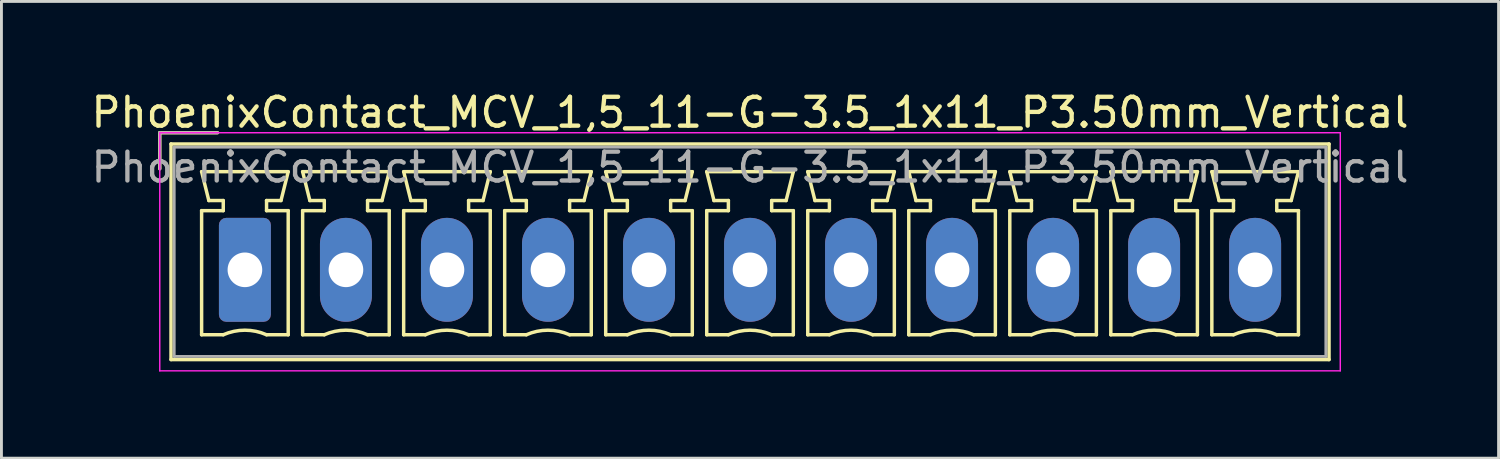
<source format=kicad_pcb>
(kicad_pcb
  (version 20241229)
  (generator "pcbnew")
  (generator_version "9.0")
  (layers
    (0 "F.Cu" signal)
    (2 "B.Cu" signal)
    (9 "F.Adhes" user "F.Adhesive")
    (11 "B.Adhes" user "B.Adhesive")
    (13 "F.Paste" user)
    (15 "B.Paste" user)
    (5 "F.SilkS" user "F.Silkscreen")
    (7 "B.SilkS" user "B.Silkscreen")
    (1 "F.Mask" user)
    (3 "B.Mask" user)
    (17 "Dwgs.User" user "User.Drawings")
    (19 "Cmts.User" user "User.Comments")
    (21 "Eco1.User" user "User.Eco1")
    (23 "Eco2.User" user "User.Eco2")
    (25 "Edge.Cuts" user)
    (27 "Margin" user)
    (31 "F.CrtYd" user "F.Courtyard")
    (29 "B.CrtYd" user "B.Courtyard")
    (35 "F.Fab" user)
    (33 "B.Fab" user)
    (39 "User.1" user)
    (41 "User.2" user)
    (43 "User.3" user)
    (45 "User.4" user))
  (footprint "PhoenixContact_MCV_1,5_11-G-3.5_1x11_P3.50mm_Vertical"
    (layer "F.Cu")
    (at 5.435 6.298)
    (property "Reference" "PhoenixContact_MCV_1,5_11-G-3.5_1x11_P3.50mm_Vertical" (at 17.5 -5.45 0) (layer "F.SilkS") (effects (font (size 1 1) (thickness 0.15))))
    (attr through_hole)
    (fp_line (start -2.95 -4.75) (end -0.95 -4.75) (stroke (width 0.12) (type solid)) (layer "F.SilkS"))
    (fp_line (start -2.95 -3.5) (end -2.95 -4.75) (stroke (width 0.12) (type solid)) (layer "F.SilkS"))
    (fp_line (start -2.56 -4.36) (end -2.56 3.11) (stroke (width 0.12) (type solid)) (layer "F.SilkS"))
    (fp_line (start -2.56 3.11) (end 37.56 3.11) (stroke (width 0.12) (type solid)) (layer "F.SilkS"))
    (fp_line (start -1.5 -3.4) (end 1.5 -3.4) (stroke (width 0.12) (type solid)) (layer "F.SilkS"))
    (fp_line (start -1.5 -2.05) (end -0.75 -2.05) (stroke (width 0.12) (type solid)) (layer "F.SilkS"))
    (fp_line (start -1.5 2.25) (end -1.5 -2.05) (stroke (width 0.12) (type solid)) (layer "F.SilkS"))
    (fp_line (start -1.25 -2.4) (end -1.5 -3.4) (stroke (width 0.12) (type solid)) (layer "F.SilkS"))
    (fp_line (start -0.75 -2.4) (end -1.25 -2.4) (stroke (width 0.12) (type solid)) (layer "F.SilkS"))
    (fp_line (start -0.75 -2.05) (end -0.75 -2.4) (stroke (width 0.12) (type solid)) (layer "F.SilkS"))
    (fp_line (start -0.75 2.25) (end -1.5 2.25) (stroke (width 0.12) (type solid)) (layer "F.SilkS"))
    (fp_line (start 0.75 -2.4) (end 0.75 -2.05) (stroke (width 0.12) (type solid)) (layer "F.SilkS"))
    (fp_line (start 0.75 -2.05) (end 1.5 -2.05) (stroke (width 0.12) (type solid)) (layer "F.SilkS"))
    (fp_line (start 1.25 -2.4) (end 0.75 -2.4) (stroke (width 0.12) (type solid)) (layer "F.SilkS"))
    (fp_line (start 1.5 -3.4) (end 1.25 -2.4) (stroke (width 0.12) (type solid)) (layer "F.SilkS"))
    (fp_line (start 1.5 -2.05) (end 1.5 2.25) (stroke (width 0.12) (type solid)) (layer "F.SilkS"))
    (fp_line (start 1.5 2.25) (end 0.75 2.25) (stroke (width 0.12) (type solid)) (layer "F.SilkS"))
    (fp_line (start 2 -3.4) (end 5 -3.4) (stroke (width 0.12) (type solid)) (layer "F.SilkS"))
    (fp_line (start 2 -2.05) (end 2.75 -2.05) (stroke (width 0.12) (type solid)) (layer "F.SilkS"))
    (fp_line (start 2 2.25) (end 2 -2.05) (stroke (width 0.12) (type solid)) (layer "F.SilkS"))
    (fp_line (start 2.25 -2.4) (end 2 -3.4) (stroke (width 0.12) (type solid)) (layer "F.SilkS"))
    (fp_line (start 2.75 -2.4) (end 2.25 -2.4) (stroke (width 0.12) (type solid)) (layer "F.SilkS"))
    (fp_line (start 2.75 -2.05) (end 2.75 -2.4) (stroke (width 0.12) (type solid)) (layer "F.SilkS"))
    (fp_line (start 2.75 2.25) (end 2 2.25) (stroke (width 0.12) (type solid)) (layer "F.SilkS"))
    (fp_line (start 4.25 -2.4) (end 4.25 -2.05) (stroke (width 0.12) (type solid)) (layer "F.SilkS"))
    (fp_line (start 4.25 -2.05) (end 5 -2.05) (stroke (width 0.12) (type solid)) (layer "F.SilkS"))
    (fp_line (start 4.75 -2.4) (end 4.25 -2.4) (stroke (width 0.12) (type solid)) (layer "F.SilkS"))
    (fp_line (start 5 -3.4) (end 4.75 -2.4) (stroke (width 0.12) (type solid)) (layer "F.SilkS"))
    (fp_line (start 5 -2.05) (end 5 2.25) (stroke (width 0.12) (type solid)) (layer "F.SilkS"))
    (fp_line (start 5 2.25) (end 4.25 2.25) (stroke (width 0.12) (type solid)) (layer "F.SilkS"))
    (fp_line (start 5.5 -3.4) (end 8.5 -3.4) (stroke (width 0.12) (type solid)) (layer "F.SilkS"))
    (fp_line (start 5.5 -2.05) (end 6.25 -2.05) (stroke (width 0.12) (type solid)) (layer "F.SilkS"))
    (fp_line (start 5.5 2.25) (end 5.5 -2.05) (stroke (width 0.12) (type solid)) (layer "F.SilkS"))
    (fp_line (start 5.75 -2.4) (end 5.5 -3.4) (stroke (width 0.12) (type solid)) (layer "F.SilkS"))
    (fp_line (start 6.25 -2.4) (end 5.75 -2.4) (stroke (width 0.12) (type solid)) (layer "F.SilkS"))
    (fp_line (start 6.25 -2.05) (end 6.25 -2.4) (stroke (width 0.12) (type solid)) (layer "F.SilkS"))
    (fp_line (start 6.25 2.25) (end 5.5 2.25) (stroke (width 0.12) (type solid)) (layer "F.SilkS"))
    (fp_line (start 7.75 -2.4) (end 7.75 -2.05) (stroke (width 0.12) (type solid)) (layer "F.SilkS"))
    (fp_line (start 7.75 -2.05) (end 8.5 -2.05) (stroke (width 0.12) (type solid)) (layer "F.SilkS"))
    (fp_line (start 8.25 -2.4) (end 7.75 -2.4) (stroke (width 0.12) (type solid)) (layer "F.SilkS"))
    (fp_line (start 8.5 -3.4) (end 8.25 -2.4) (stroke (width 0.12) (type solid)) (layer "F.SilkS"))
    (fp_line (start 8.5 -2.05) (end 8.5 2.25) (stroke (width 0.12) (type solid)) (layer "F.SilkS"))
    (fp_line (start 8.5 2.25) (end 7.75 2.25) (stroke (width 0.12) (type solid)) (layer "F.SilkS"))
    (fp_line (start 9 -3.4) (end 12 -3.4) (stroke (width 0.12) (type solid)) (layer "F.SilkS"))
    (fp_line (start 9 -2.05) (end 9.75 -2.05) (stroke (width 0.12) (type solid)) (layer "F.SilkS"))
    (fp_line (start 9 2.25) (end 9 -2.05) (stroke (width 0.12) (type solid)) (layer "F.SilkS"))
    (fp_line (start 9.25 -2.4) (end 9 -3.4) (stroke (width 0.12) (type solid)) (layer "F.SilkS"))
    (fp_line (start 9.75 -2.4) (end 9.25 -2.4) (stroke (width 0.12) (type solid)) (layer "F.SilkS"))
    (fp_line (start 9.75 -2.05) (end 9.75 -2.4) (stroke (width 0.12) (type solid)) (layer "F.SilkS"))
    (fp_line (start 9.75 2.25) (end 9 2.25) (stroke (width 0.12) (type solid)) (layer "F.SilkS"))
    (fp_line (start 11.25 -2.4) (end 11.25 -2.05) (stroke (width 0.12) (type solid)) (layer "F.SilkS"))
    (fp_line (start 11.25 -2.05) (end 12 -2.05) (stroke (width 0.12) (type solid)) (layer "F.SilkS"))
    (fp_line (start 11.75 -2.4) (end 11.25 -2.4) (stroke (width 0.12) (type solid)) (layer "F.SilkS"))
    (fp_line (start 12 -3.4) (end 11.75 -2.4) (stroke (width 0.12) (type solid)) (layer "F.SilkS"))
    (fp_line (start 12 -2.05) (end 12 2.25) (stroke (width 0.12) (type solid)) (layer "F.SilkS"))
    (fp_line (start 12 2.25) (end 11.25 2.25) (stroke (width 0.12) (type solid)) (layer "F.SilkS"))
    (fp_line (start 12.5 -3.4) (end 15.5 -3.4) (stroke (width 0.12) (type solid)) (layer "F.SilkS"))
    (fp_line (start 12.5 -2.05) (end 13.25 -2.05) (stroke (width 0.12) (type solid)) (layer "F.SilkS"))
    (fp_line (start 12.5 2.25) (end 12.5 -2.05) (stroke (width 0.12) (type solid)) (layer "F.SilkS"))
    (fp_line (start 12.75 -2.4) (end 12.5 -3.4) (stroke (width 0.12) (type solid)) (layer "F.SilkS"))
    (fp_line (start 13.25 -2.4) (end 12.75 -2.4) (stroke (width 0.12) (type solid)) (layer "F.SilkS"))
    (fp_line (start 13.25 -2.05) (end 13.25 -2.4) (stroke (width 0.12) (type solid)) (layer "F.SilkS"))
    (fp_line (start 13.25 2.25) (end 12.5 2.25) (stroke (width 0.12) (type solid)) (layer "F.SilkS"))
    (fp_line (start 14.75 -2.4) (end 14.75 -2.05) (stroke (width 0.12) (type solid)) (layer "F.SilkS"))
    (fp_line (start 14.75 -2.05) (end 15.5 -2.05) (stroke (width 0.12) (type solid)) (layer "F.SilkS"))
    (fp_line (start 15.25 -2.4) (end 14.75 -2.4) (stroke (width 0.12) (type solid)) (layer "F.SilkS"))
    (fp_line (start 15.5 -3.4) (end 15.25 -2.4) (stroke (width 0.12) (type solid)) (layer "F.SilkS"))
    (fp_line (start 15.5 -2.05) (end 15.5 2.25) (stroke (width 0.12) (type solid)) (layer "F.SilkS"))
    (fp_line (start 15.5 2.25) (end 14.75 2.25) (stroke (width 0.12) (type solid)) (layer "F.SilkS"))
    (fp_line (start 16 -3.4) (end 19 -3.4) (stroke (width 0.12) (type solid)) (layer "F.SilkS"))
    (fp_line (start 16 -2.05) (end 16.75 -2.05) (stroke (width 0.12) (type solid)) (layer "F.SilkS"))
    (fp_line (start 16 2.25) (end 16 -2.05) (stroke (width 0.12) (type solid)) (layer "F.SilkS"))
    (fp_line (start 16.25 -2.4) (end 16 -3.4) (stroke (width 0.12) (type solid)) (layer "F.SilkS"))
    (fp_line (start 16.75 -2.4) (end 16.25 -2.4) (stroke (width 0.12) (type solid)) (layer "F.SilkS"))
    (fp_line (start 16.75 -2.05) (end 16.75 -2.4) (stroke (width 0.12) (type solid)) (layer "F.SilkS"))
    (fp_line (start 16.75 2.25) (end 16 2.25) (stroke (width 0.12) (type solid)) (layer "F.SilkS"))
    (fp_line (start 18.25 -2.4) (end 18.25 -2.05) (stroke (width 0.12) (type solid)) (layer "F.SilkS"))
    (fp_line (start 18.25 -2.05) (end 19 -2.05) (stroke (width 0.12) (type solid)) (layer "F.SilkS"))
    (fp_line (start 18.75 -2.4) (end 18.25 -2.4) (stroke (width 0.12) (type solid)) (layer "F.SilkS"))
    (fp_line (start 19 -3.4) (end 18.75 -2.4) (stroke (width 0.12) (type solid)) (layer "F.SilkS"))
    (fp_line (start 19 -2.05) (end 19 2.25) (stroke (width 0.12) (type solid)) (layer "F.SilkS"))
    (fp_line (start 19 2.25) (end 18.25 2.25) (stroke (width 0.12) (type solid)) (layer "F.SilkS"))
    (fp_line (start 19.5 -3.4) (end 22.5 -3.4) (stroke (width 0.12) (type solid)) (layer "F.SilkS"))
    (fp_line (start 19.5 -2.05) (end 20.25 -2.05) (stroke (width 0.12) (type solid)) (layer "F.SilkS"))
    (fp_line (start 19.5 2.25) (end 19.5 -2.05) (stroke (width 0.12) (type solid)) (layer "F.SilkS"))
    (fp_line (start 19.75 -2.4) (end 19.5 -3.4) (stroke (width 0.12) (type solid)) (layer "F.SilkS"))
    (fp_line (start 20.25 -2.4) (end 19.75 -2.4) (stroke (width 0.12) (type solid)) (layer "F.SilkS"))
    (fp_line (start 20.25 -2.05) (end 20.25 -2.4) (stroke (width 0.12) (type solid)) (layer "F.SilkS"))
    (fp_line (start 20.25 2.25) (end 19.5 2.25) (stroke (width 0.12) (type solid)) (layer "F.SilkS"))
    (fp_line (start 21.75 -2.4) (end 21.75 -2.05) (stroke (width 0.12) (type solid)) (layer "F.SilkS"))
    (fp_line (start 21.75 -2.05) (end 22.5 -2.05) (stroke (width 0.12) (type solid)) (layer "F.SilkS"))
    (fp_line (start 22.25 -2.4) (end 21.75 -2.4) (stroke (width 0.12) (type solid)) (layer "F.SilkS"))
    (fp_line (start 22.5 -3.4) (end 22.25 -2.4) (stroke (width 0.12) (type solid)) (layer "F.SilkS"))
    (fp_line (start 22.5 -2.05) (end 22.5 2.25) (stroke (width 0.12) (type solid)) (layer "F.SilkS"))
    (fp_line (start 22.5 2.25) (end 21.75 2.25) (stroke (width 0.12) (type solid)) (layer "F.SilkS"))
    (fp_line (start 23 -3.4) (end 26 -3.4) (stroke (width 0.12) (type solid)) (layer "F.SilkS"))
    (fp_line (start 23 -2.05) (end 23.75 -2.05) (stroke (width 0.12) (type solid)) (layer "F.SilkS"))
    (fp_line (start 23 2.25) (end 23 -2.05) (stroke (width 0.12) (type solid)) (layer "F.SilkS"))
    (fp_line (start 23.25 -2.4) (end 23 -3.4) (stroke (width 0.12) (type solid)) (layer "F.SilkS"))
    (fp_line (start 23.75 -2.4) (end 23.25 -2.4) (stroke (width 0.12) (type solid)) (layer "F.SilkS"))
    (fp_line (start 23.75 -2.05) (end 23.75 -2.4) (stroke (width 0.12) (type solid)) (layer "F.SilkS"))
    (fp_line (start 23.75 2.25) (end 23 2.25) (stroke (width 0.12) (type solid)) (layer "F.SilkS"))
    (fp_line (start 25.25 -2.4) (end 25.25 -2.05) (stroke (width 0.12) (type solid)) (layer "F.SilkS"))
    (fp_line (start 25.25 -2.05) (end 26 -2.05) (stroke (width 0.12) (type solid)) (layer "F.SilkS"))
    (fp_line (start 25.75 -2.4) (end 25.25 -2.4) (stroke (width 0.12) (type solid)) (layer "F.SilkS"))
    (fp_line (start 26 -3.4) (end 25.75 -2.4) (stroke (width 0.12) (type solid)) (layer "F.SilkS"))
    (fp_line (start 26 -2.05) (end 26 2.25) (stroke (width 0.12) (type solid)) (layer "F.SilkS"))
    (fp_line (start 26 2.25) (end 25.25 2.25) (stroke (width 0.12) (type solid)) (layer "F.SilkS"))
    (fp_line (start 26.5 -3.4) (end 29.5 -3.4) (stroke (width 0.12) (type solid)) (layer "F.SilkS"))
    (fp_line (start 26.5 -2.05) (end 27.25 -2.05) (stroke (width 0.12) (type solid)) (layer "F.SilkS"))
    (fp_line (start 26.5 2.25) (end 26.5 -2.05) (stroke (width 0.12) (type solid)) (layer "F.SilkS"))
    (fp_line (start 26.75 -2.4) (end 26.5 -3.4) (stroke (width 0.12) (type solid)) (layer "F.SilkS"))
    (fp_line (start 27.25 -2.4) (end 26.75 -2.4) (stroke (width 0.12) (type solid)) (layer "F.SilkS"))
    (fp_line (start 27.25 -2.05) (end 27.25 -2.4) (stroke (width 0.12) (type solid)) (layer "F.SilkS"))
    (fp_line (start 27.25 2.25) (end 26.5 2.25) (stroke (width 0.12) (type solid)) (layer "F.SilkS"))
    (fp_line (start 28.75 -2.4) (end 28.75 -2.05) (stroke (width 0.12) (type solid)) (layer "F.SilkS"))
    (fp_line (start 28.75 -2.05) (end 29.5 -2.05) (stroke (width 0.12) (type solid)) (layer "F.SilkS"))
    (fp_line (start 29.25 -2.4) (end 28.75 -2.4) (stroke (width 0.12) (type solid)) (layer "F.SilkS"))
    (fp_line (start 29.5 -3.4) (end 29.25 -2.4) (stroke (width 0.12) (type solid)) (layer "F.SilkS"))
    (fp_line (start 29.5 -2.05) (end 29.5 2.25) (stroke (width 0.12) (type solid)) (layer "F.SilkS"))
    (fp_line (start 29.5 2.25) (end 28.75 2.25) (stroke (width 0.12) (type solid)) (layer "F.SilkS"))
    (fp_line (start 30 -3.4) (end 33 -3.4) (stroke (width 0.12) (type solid)) (layer "F.SilkS"))
    (fp_line (start 30 -2.05) (end 30.75 -2.05) (stroke (width 0.12) (type solid)) (layer "F.SilkS"))
    (fp_line (start 30 2.25) (end 30 -2.05) (stroke (width 0.12) (type solid)) (layer "F.SilkS"))
    (fp_line (start 30.25 -2.4) (end 30 -3.4) (stroke (width 0.12) (type solid)) (layer "F.SilkS"))
    (fp_line (start 30.75 -2.4) (end 30.25 -2.4) (stroke (width 0.12) (type solid)) (layer "F.SilkS"))
    (fp_line (start 30.75 -2.05) (end 30.75 -2.4) (stroke (width 0.12) (type solid)) (layer "F.SilkS"))
    (fp_line (start 30.75 2.25) (end 30 2.25) (stroke (width 0.12) (type solid)) (layer "F.SilkS"))
    (fp_line (start 32.25 -2.4) (end 32.25 -2.05) (stroke (width 0.12) (type solid)) (layer "F.SilkS"))
    (fp_line (start 32.25 -2.05) (end 33 -2.05) (stroke (width 0.12) (type solid)) (layer "F.SilkS"))
    (fp_line (start 32.75 -2.4) (end 32.25 -2.4) (stroke (width 0.12) (type solid)) (layer "F.SilkS"))
    (fp_line (start 33 -3.4) (end 32.75 -2.4) (stroke (width 0.12) (type solid)) (layer "F.SilkS"))
    (fp_line (start 33 -2.05) (end 33 2.25) (stroke (width 0.12) (type solid)) (layer "F.SilkS"))
    (fp_line (start 33 2.25) (end 32.25 2.25) (stroke (width 0.12) (type solid)) (layer "F.SilkS"))
    (fp_line (start 33.5 -3.4) (end 36.5 -3.4) (stroke (width 0.12) (type solid)) (layer "F.SilkS"))
    (fp_line (start 33.5 -2.05) (end 34.25 -2.05) (stroke (width 0.12) (type solid)) (layer "F.SilkS"))
    (fp_line (start 33.5 2.25) (end 33.5 -2.05) (stroke (width 0.12) (type solid)) (layer "F.SilkS"))
    (fp_line (start 33.75 -2.4) (end 33.5 -3.4) (stroke (width 0.12) (type solid)) (layer "F.SilkS"))
    (fp_line (start 34.25 -2.4) (end 33.75 -2.4) (stroke (width 0.12) (type solid)) (layer "F.SilkS"))
    (fp_line (start 34.25 -2.05) (end 34.25 -2.4) (stroke (width 0.12) (type solid)) (layer "F.SilkS"))
    (fp_line (start 34.25 2.25) (end 33.5 2.25) (stroke (width 0.12) (type solid)) (layer "F.SilkS"))
    (fp_line (start 35.75 -2.4) (end 35.75 -2.05) (stroke (width 0.12) (type solid)) (layer "F.SilkS"))
    (fp_line (start 35.75 -2.05) (end 36.5 -2.05) (stroke (width 0.12) (type solid)) (layer "F.SilkS"))
    (fp_line (start 36.25 -2.4) (end 35.75 -2.4) (stroke (width 0.12) (type solid)) (layer "F.SilkS"))
    (fp_line (start 36.5 -3.4) (end 36.25 -2.4) (stroke (width 0.12) (type solid)) (layer "F.SilkS"))
    (fp_line (start 36.5 -2.05) (end 36.5 2.25) (stroke (width 0.12) (type solid)) (layer "F.SilkS"))
    (fp_line (start 36.5 2.25) (end 35.75 2.25) (stroke (width 0.12) (type solid)) (layer "F.SilkS"))
    (fp_line (start 37.56 -4.36) (end -2.56 -4.36) (stroke (width 0.12) (type solid)) (layer "F.SilkS"))
    (fp_line (start 37.56 3.11) (end 37.56 -4.36) (stroke (width 0.12) (type solid)) (layer "F.SilkS"))
    (fp_arc (start -0.75 2.25) (mid -0.000193 2.09191) (end 0.749647 2.249844) (stroke (width 0.12) (type solid)) (layer "F.SilkS"))
    (fp_arc (start 2.75 2.25) (mid 3.499807 2.09191) (end 4.249647 2.249844) (stroke (width 0.12) (type solid)) (layer "F.SilkS"))
    (fp_arc (start 6.25 2.25) (mid 6.999807 2.09191) (end 7.749647 2.249844) (stroke (width 0.12) (type solid)) (layer "F.SilkS"))
    (fp_arc (start 9.75 2.25) (mid 10.499807 2.09191) (end 11.249647 2.249844) (stroke (width 0.12) (type solid)) (layer "F.SilkS"))
    (fp_arc (start 13.25 2.25) (mid 13.999807 2.09191) (end 14.749647 2.249844) (stroke (width 0.12) (type solid)) (layer "F.SilkS"))
    (fp_arc (start 16.75 2.25) (mid 17.499807 2.09191) (end 18.249647 2.249844) (stroke (width 0.12) (type solid)) (layer "F.SilkS"))
    (fp_arc (start 20.25 2.25) (mid 20.999807 2.09191) (end 21.749647 2.249844) (stroke (width 0.12) (type solid)) (layer "F.SilkS"))
    (fp_arc (start 23.75 2.25) (mid 24.499807 2.09191) (end 25.249647 2.249844) (stroke (width 0.12) (type solid)) (layer "F.SilkS"))
    (fp_arc (start 27.25 2.25) (mid 27.999807 2.09191) (end 28.749647 2.249844) (stroke (width 0.12) (type solid)) (layer "F.SilkS"))
    (fp_arc (start 30.75 2.25) (mid 31.499807 2.09191) (end 32.249647 2.249844) (stroke (width 0.12) (type solid)) (layer "F.SilkS"))
    (fp_arc (start 34.25 2.25) (mid 34.999807 2.09191) (end 35.749647 2.249844) (stroke (width 0.12) (type solid)) (layer "F.SilkS"))
    (fp_line (start -2.95 -4.75) (end -2.95 3.5) (stroke (width 0.05) (type solid)) (layer "F.CrtYd"))
    (fp_line (start -2.95 3.5) (end 37.95 3.5) (stroke (width 0.05) (type solid)) (layer "F.CrtYd"))
    (fp_line (start 37.95 -4.75) (end -2.95 -4.75) (stroke (width 0.05) (type solid)) (layer "F.CrtYd"))
    (fp_line (start 37.95 3.5) (end 37.95 -4.75) (stroke (width 0.05) (type solid)) (layer "F.CrtYd"))
    (fp_line (start -2.95 -4.75) (end -0.95 -4.75) (stroke (width 0.1) (type solid)) (layer "F.Fab"))
    (fp_line (start -2.95 -3.5) (end -2.95 -4.75) (stroke (width 0.1) (type solid)) (layer "F.Fab"))
    (fp_line (start -2.45 -4.25) (end -2.45 3) (stroke (width 0.1) (type solid)) (layer "F.Fab"))
    (fp_line (start -2.45 3) (end 37.45 3) (stroke (width 0.1) (type solid)) (layer "F.Fab"))
    (fp_line (start 37.45 -4.25) (end -2.45 -4.25) (stroke (width 0.1) (type solid)) (layer "F.Fab"))
    (fp_line (start 37.45 3) (end 37.45 -4.25) (stroke (width 0.1) (type solid)) (layer "F.Fab"))
    (fp_text user "${REFERENCE}" (at 17.5 -3.55 0) (layer "F.Fab") (effects (font (size 1 1) (thickness 0.15))))
    (pad "1" thru_hole roundrect (at 0 0) (size 1.8 3.6) (drill 1.2) (layers "*.Cu" "*.Mask") (roundrect_rratio 0.139))
    (pad "2" thru_hole oval (at 3.5 0) (size 1.8 3.6) (drill 1.2) (layers "*.Cu" "*.Mask"))
    (pad "3" thru_hole oval (at 7 0) (size 1.8 3.6) (drill 1.2) (layers "*.Cu" "*.Mask"))
    (pad "4" thru_hole oval (at 10.5 0) (size 1.8 3.6) (drill 1.2) (layers "*.Cu" "*.Mask"))
    (pad "5" thru_hole oval (at 14 0) (size 1.8 3.6) (drill 1.2) (layers "*.Cu" "*.Mask"))
    (pad "6" thru_hole oval (at 17.5 0) (size 1.8 3.6) (drill 1.2) (layers "*.Cu" "*.Mask"))
    (pad "7" thru_hole oval (at 21 0) (size 1.8 3.6) (drill 1.2) (layers "*.Cu" "*.Mask"))
    (pad "8" thru_hole oval (at 24.5 0) (size 1.8 3.6) (drill 1.2) (layers "*.Cu" "*.Mask"))
    (pad "9" thru_hole oval (at 28 0) (size 1.8 3.6) (drill 1.2) (layers "*.Cu" "*.Mask"))
    (pad "10" thru_hole oval (at 31.5 0) (size 1.8 3.6) (drill 1.2) (layers "*.Cu" "*.Mask"))
    (pad "11" thru_hole oval (at 35 0) (size 1.8 3.6) (drill 1.2) (layers "*.Cu" "*.Mask")))
  (gr_rect
    (start -3 -3)
    (end 48.869 12.823)
    (stroke (width 0.1) (type default))
    (fill no)
    (layer "Edge.Cuts")))
</source>
